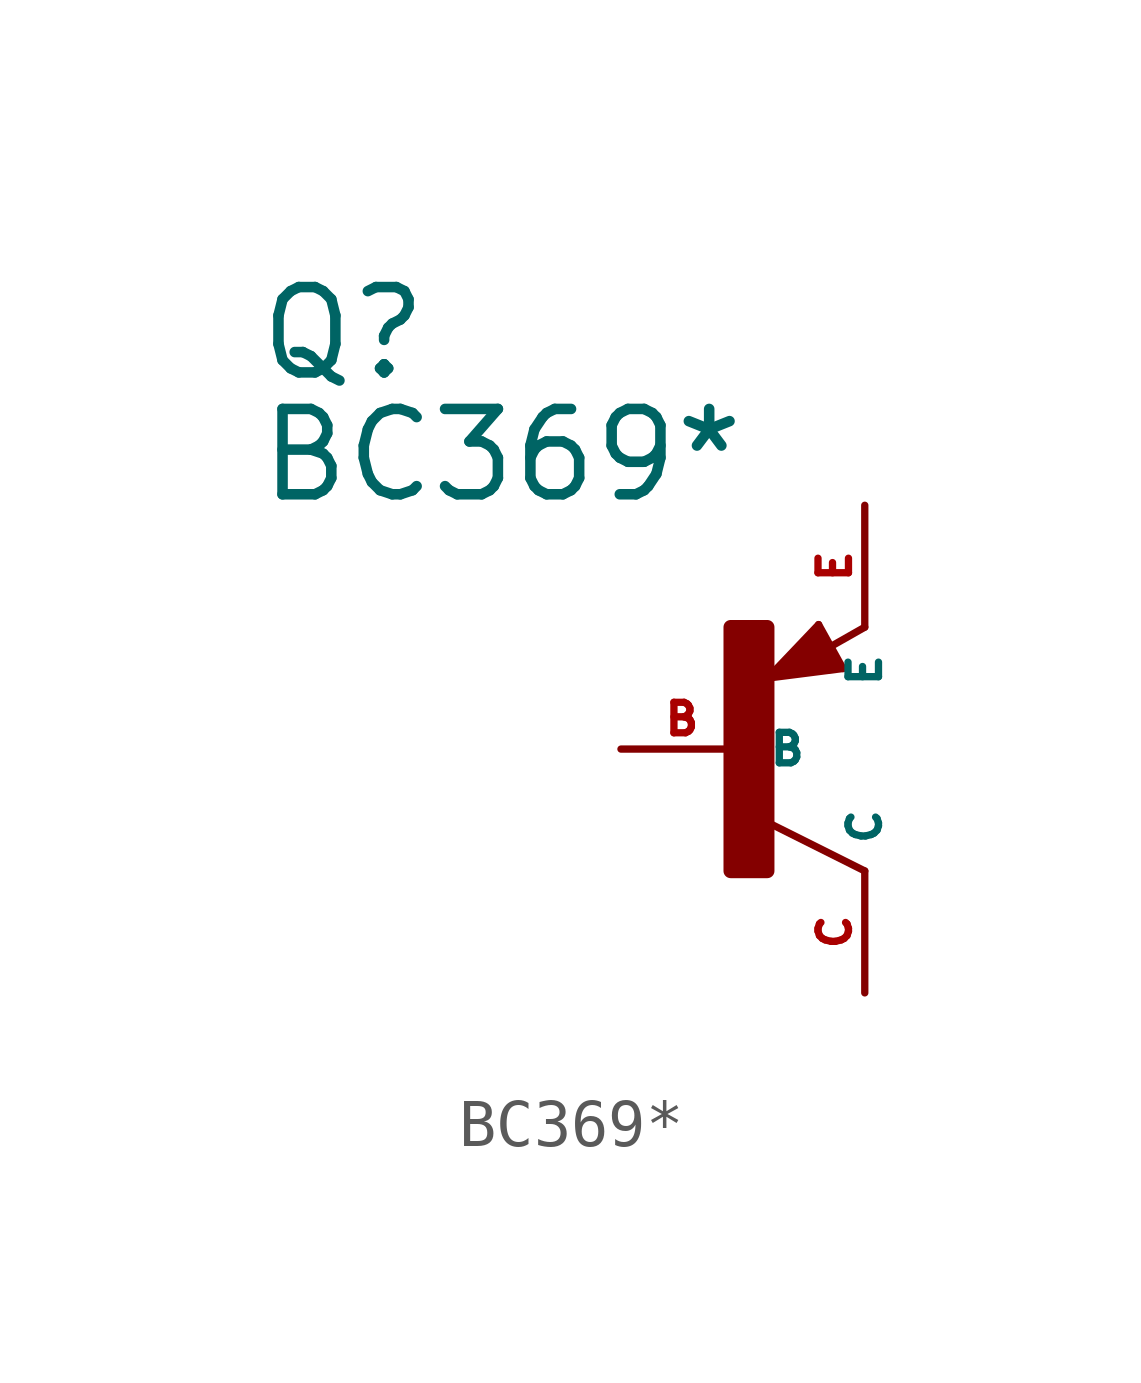
<source format=kicad_sym>
(kicad_symbol_lib
  (version 20220914)
  (generator Eagle2Kicad)
  (symbol "BC369*"
    (property "Reference" "Q"
      (at -10.16 7.62 0)
      (effects (font (size 1.778 1.778) (thickness 0.22)) (justify left bottom)))
    (property "Value" "BC369*"
      (at -10.16 5.08 0)
      (effects (font (size 1.778 1.778) (thickness 0.22)) (justify left bottom)))
    (polyline
      (pts (xy 2.086 1.678) (xy 1.578 2.594))
      (stroke (width 0.152) (type default))
      (fill (type none)))
    (polyline
      (pts (xy 1.578 2.594) (xy 0.516 1.478))
      (stroke (width 0.152) (type default))
      (fill (type none)))
    (polyline
      (pts (xy 0.516 1.478) (xy 2.086 1.678))
      (stroke (width 0.152) (type default))
      (fill (type none)))
    (polyline
      (pts (xy 2.54 2.54) (xy 1.808 2.124))
      (stroke (width 0.152) (type default))
      (fill (type none)))
    (polyline
      (pts (xy 2.54 -2.54) (xy 0.508 -1.524))
      (stroke (width 0.152) (type default))
      (fill (type none)))
    (polyline
      (pts (xy 1.905 1.778) (xy 1.524 2.413))
      (stroke (width 0.254) (type default))
      (fill (type none)))
    (polyline
      (pts (xy 1.524 2.413) (xy 0.762 1.651))
      (stroke (width 0.254) (type default))
      (fill (type none)))
    (polyline
      (pts (xy 0.762 1.651) (xy 1.778 1.778))
      (stroke (width 0.254) (type default))
      (fill (type none)))
    (polyline
      (pts (xy 1.778 1.778) (xy 1.524 2.159))
      (stroke (width 0.254) (type default))
      (fill (type none)))
    (polyline
      (pts (xy 1.524 2.159) (xy 1.143 1.905))
      (stroke (width 0.254) (type default))
      (fill (type none)))
    (polyline
      (pts (xy 1.143 1.905) (xy 1.524 1.905))
      (stroke (width 0.254) (type default))
      (fill (type none)))
    (rectangle
      (start -0.254 -2.54)
      (end 0.508 2.54)
      (stroke (width 0.3) (type default))
      (fill (type outline)))
    (pin passive line
      (at -2.54 0 0)
      (length 2.54)
      (name "B" (effects (font (size 0.635 0.635) (thickness 0.08)) (justify left bottom)))
      (number "B" (effects (font (size 0.635 0.635) (thickness 0.08)) (justify left bottom))))
    (pin passive line
      (at 2.54 5.08 270)
      (length 2.54)
      (name "E" (effects (font (size 0.635 0.635) (thickness 0.08)) (justify left bottom)))
      (number "E" (effects (font (size 0.635 0.635) (thickness 0.08)) (justify left bottom))))
    (pin passive line
      (at 2.54 -5.08 90)
      (length 2.54)
      (name "C" (effects (font (size 0.635 0.635) (thickness 0.08)) (justify left bottom)))
      (number "C" (effects (font (size 0.635 0.635) (thickness 0.08)) (justify left bottom))))))
</source>
